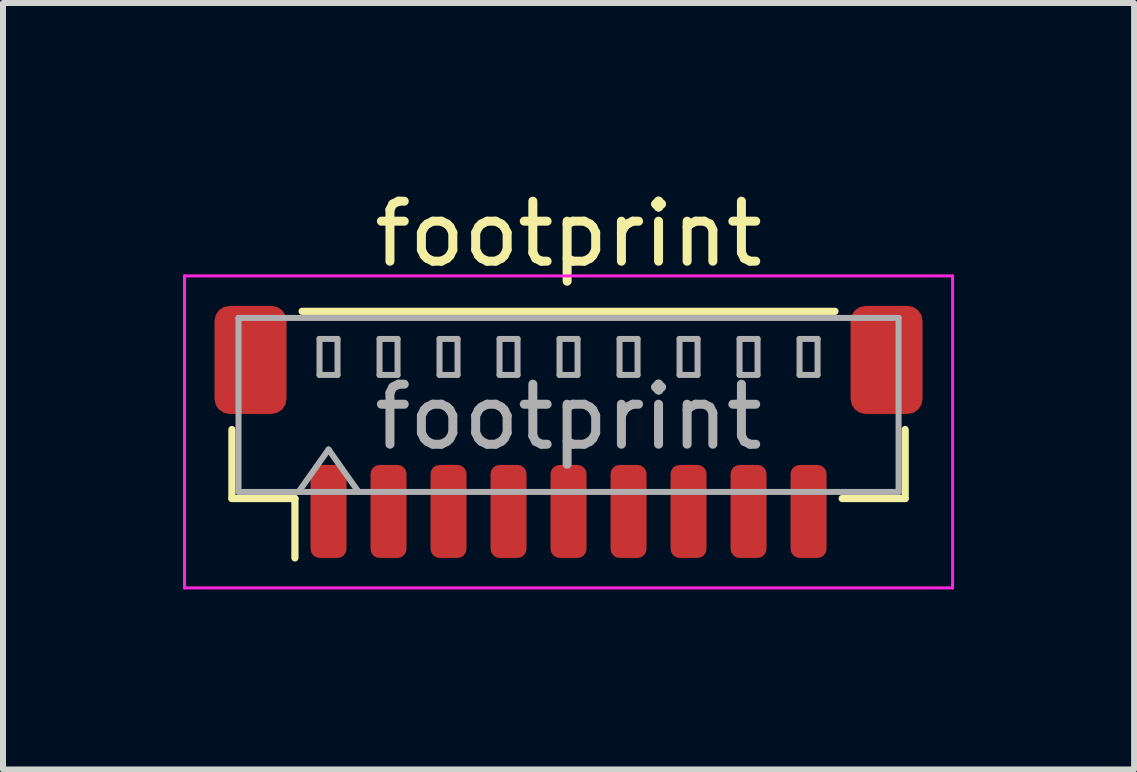
<source format=kicad_pcb>
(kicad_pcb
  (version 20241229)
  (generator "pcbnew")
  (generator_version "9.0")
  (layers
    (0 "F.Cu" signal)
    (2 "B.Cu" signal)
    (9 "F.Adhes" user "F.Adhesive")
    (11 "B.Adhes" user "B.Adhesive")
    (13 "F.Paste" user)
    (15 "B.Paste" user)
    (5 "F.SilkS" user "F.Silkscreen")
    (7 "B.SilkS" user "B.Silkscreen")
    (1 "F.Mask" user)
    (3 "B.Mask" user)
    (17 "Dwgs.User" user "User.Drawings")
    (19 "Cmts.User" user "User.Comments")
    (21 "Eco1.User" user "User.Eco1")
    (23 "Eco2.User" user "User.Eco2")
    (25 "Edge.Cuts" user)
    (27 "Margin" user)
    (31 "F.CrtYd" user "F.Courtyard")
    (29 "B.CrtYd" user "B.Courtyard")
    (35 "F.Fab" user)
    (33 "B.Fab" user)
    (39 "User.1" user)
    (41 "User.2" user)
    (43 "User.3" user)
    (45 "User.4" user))
  (footprint "footprint"
    (layer "F.Cu")
    (at 6.425 4.148)
    (property "Reference" "footprint" (at 0 -3.3 0) (layer "F.SilkS") (effects (font (size 1 1) (thickness 0.15))))
    (attr smd)
    (fp_line (start -5.61 -0.04) (end -5.61 1.11) (stroke (width 0.12) (type solid)) (layer "F.SilkS"))
    (fp_line (start -5.61 1.11) (end -4.56 1.11) (stroke (width 0.12) (type solid)) (layer "F.SilkS"))
    (fp_line (start -4.56 1.11) (end -4.56 2.1) (stroke (width 0.12) (type solid)) (layer "F.SilkS"))
    (fp_line (start -4.44 -2.01) (end 4.44 -2.01) (stroke (width 0.12) (type solid)) (layer "F.SilkS"))
    (fp_line (start 5.61 -0.04) (end 5.61 1.11) (stroke (width 0.12) (type solid)) (layer "F.SilkS"))
    (fp_line (start 5.61 1.11) (end 4.56 1.11) (stroke (width 0.12) (type solid)) (layer "F.SilkS"))
    (fp_line (start -6.4 -2.6) (end -6.4 2.6) (stroke (width 0.05) (type solid)) (layer "F.CrtYd"))
    (fp_line (start -6.4 2.6) (end 6.4 2.6) (stroke (width 0.05) (type solid)) (layer "F.CrtYd"))
    (fp_line (start 6.4 -2.6) (end -6.4 -2.6) (stroke (width 0.05) (type solid)) (layer "F.CrtYd"))
    (fp_line (start 6.4 2.6) (end 6.4 -2.6) (stroke (width 0.05) (type solid)) (layer "F.CrtYd"))
    (fp_line (start -5.5 -1.9) (end 5.5 -1.9) (stroke (width 0.1) (type solid)) (layer "F.Fab"))
    (fp_line (start -5.5 1) (end -5.5 -1.9) (stroke (width 0.1) (type solid)) (layer "F.Fab"))
    (fp_line (start -5.5 1) (end 5.5 1) (stroke (width 0.1) (type solid)) (layer "F.Fab"))
    (fp_line (start -4.5 1) (end -4 0.293) (stroke (width 0.1) (type solid)) (layer "F.Fab"))
    (fp_line (start -4.15 -1.55) (end -4.15 -0.95) (stroke (width 0.1) (type solid)) (layer "F.Fab"))
    (fp_line (start -4.15 -0.95) (end -3.85 -0.95) (stroke (width 0.1) (type solid)) (layer "F.Fab"))
    (fp_line (start -4 0.293) (end -3.5 1) (stroke (width 0.1) (type solid)) (layer "F.Fab"))
    (fp_line (start -3.85 -1.55) (end -4.15 -1.55) (stroke (width 0.1) (type solid)) (layer "F.Fab"))
    (fp_line (start -3.85 -0.95) (end -3.85 -1.55) (stroke (width 0.1) (type solid)) (layer "F.Fab"))
    (fp_line (start -3.15 -1.55) (end -3.15 -0.95) (stroke (width 0.1) (type solid)) (layer "F.Fab"))
    (fp_line (start -3.15 -0.95) (end -2.85 -0.95) (stroke (width 0.1) (type solid)) (layer "F.Fab"))
    (fp_line (start -2.85 -1.55) (end -3.15 -1.55) (stroke (width 0.1) (type solid)) (layer "F.Fab"))
    (fp_line (start -2.85 -0.95) (end -2.85 -1.55) (stroke (width 0.1) (type solid)) (layer "F.Fab"))
    (fp_line (start -2.15 -1.55) (end -2.15 -0.95) (stroke (width 0.1) (type solid)) (layer "F.Fab"))
    (fp_line (start -2.15 -0.95) (end -1.85 -0.95) (stroke (width 0.1) (type solid)) (layer "F.Fab"))
    (fp_line (start -1.85 -1.55) (end -2.15 -1.55) (stroke (width 0.1) (type solid)) (layer "F.Fab"))
    (fp_line (start -1.85 -0.95) (end -1.85 -1.55) (stroke (width 0.1) (type solid)) (layer "F.Fab"))
    (fp_line (start -1.15 -1.55) (end -1.15 -0.95) (stroke (width 0.1) (type solid)) (layer "F.Fab"))
    (fp_line (start -1.15 -0.95) (end -0.85 -0.95) (stroke (width 0.1) (type solid)) (layer "F.Fab"))
    (fp_line (start -0.85 -1.55) (end -1.15 -1.55) (stroke (width 0.1) (type solid)) (layer "F.Fab"))
    (fp_line (start -0.85 -0.95) (end -0.85 -1.55) (stroke (width 0.1) (type solid)) (layer "F.Fab"))
    (fp_line (start -0.15 -1.55) (end -0.15 -0.95) (stroke (width 0.1) (type solid)) (layer "F.Fab"))
    (fp_line (start -0.15 -0.95) (end 0.15 -0.95) (stroke (width 0.1) (type solid)) (layer "F.Fab"))
    (fp_line (start 0.15 -1.55) (end -0.15 -1.55) (stroke (width 0.1) (type solid)) (layer "F.Fab"))
    (fp_line (start 0.15 -0.95) (end 0.15 -1.55) (stroke (width 0.1) (type solid)) (layer "F.Fab"))
    (fp_line (start 0.85 -1.55) (end 0.85 -0.95) (stroke (width 0.1) (type solid)) (layer "F.Fab"))
    (fp_line (start 0.85 -0.95) (end 1.15 -0.95) (stroke (width 0.1) (type solid)) (layer "F.Fab"))
    (fp_line (start 1.15 -1.55) (end 0.85 -1.55) (stroke (width 0.1) (type solid)) (layer "F.Fab"))
    (fp_line (start 1.15 -0.95) (end 1.15 -1.55) (stroke (width 0.1) (type solid)) (layer "F.Fab"))
    (fp_line (start 1.85 -1.55) (end 1.85 -0.95) (stroke (width 0.1) (type solid)) (layer "F.Fab"))
    (fp_line (start 1.85 -0.95) (end 2.15 -0.95) (stroke (width 0.1) (type solid)) (layer "F.Fab"))
    (fp_line (start 2.15 -1.55) (end 1.85 -1.55) (stroke (width 0.1) (type solid)) (layer "F.Fab"))
    (fp_line (start 2.15 -0.95) (end 2.15 -1.55) (stroke (width 0.1) (type solid)) (layer "F.Fab"))
    (fp_line (start 2.85 -1.55) (end 2.85 -0.95) (stroke (width 0.1) (type solid)) (layer "F.Fab"))
    (fp_line (start 2.85 -0.95) (end 3.15 -0.95) (stroke (width 0.1) (type solid)) (layer "F.Fab"))
    (fp_line (start 3.15 -1.55) (end 2.85 -1.55) (stroke (width 0.1) (type solid)) (layer "F.Fab"))
    (fp_line (start 3.15 -0.95) (end 3.15 -1.55) (stroke (width 0.1) (type solid)) (layer "F.Fab"))
    (fp_line (start 3.85 -1.55) (end 3.85 -0.95) (stroke (width 0.1) (type solid)) (layer "F.Fab"))
    (fp_line (start 3.85 -0.95) (end 4.15 -0.95) (stroke (width 0.1) (type solid)) (layer "F.Fab"))
    (fp_line (start 4.15 -1.55) (end 3.85 -1.55) (stroke (width 0.1) (type solid)) (layer "F.Fab"))
    (fp_line (start 4.15 -0.95) (end 4.15 -1.55) (stroke (width 0.1) (type solid)) (layer "F.Fab"))
    (fp_line (start 5.5 1) (end 5.5 -1.9) (stroke (width 0.1) (type solid)) (layer "F.Fab"))
    (fp_text user "${REFERENCE}" (at 0 -0.25 0) (layer "F.Fab") (effects (font (size 1 1) (thickness 0.15))))
    (pad "1" smd roundrect (at -4 1.325) (size 0.6 1.55) (layers "F.Cu" "F.Mask" "F.Paste") (roundrect_rratio 0.25))
    (pad "2" smd roundrect (at -3 1.325) (size 0.6 1.55) (layers "F.Cu" "F.Mask" "F.Paste") (roundrect_rratio 0.25))
    (pad "3" smd roundrect (at -2 1.325) (size 0.6 1.55) (layers "F.Cu" "F.Mask" "F.Paste") (roundrect_rratio 0.25))
    (pad "4" smd roundrect (at -1 1.325) (size 0.6 1.55) (layers "F.Cu" "F.Mask" "F.Paste") (roundrect_rratio 0.25))
    (pad "5" smd roundrect (at 0 1.325) (size 0.6 1.55) (layers "F.Cu" "F.Mask" "F.Paste") (roundrect_rratio 0.25))
    (pad "6" smd roundrect (at 1 1.325) (size 0.6 1.55) (layers "F.Cu" "F.Mask" "F.Paste") (roundrect_rratio 0.25))
    (pad "7" smd roundrect (at 2 1.325) (size 0.6 1.55) (layers "F.Cu" "F.Mask" "F.Paste") (roundrect_rratio 0.25))
    (pad "8" smd roundrect (at 3 1.325) (size 0.6 1.55) (layers "F.Cu" "F.Mask" "F.Paste") (roundrect_rratio 0.25))
    (pad "9" smd roundrect (at 4 1.325) (size 0.6 1.55) (layers "F.Cu" "F.Mask" "F.Paste") (roundrect_rratio 0.25))
    (pad "MP" smd roundrect (at -5.3 -1.2) (size 1.2 1.8) (layers "F.Cu" "F.Mask" "F.Paste") (roundrect_rratio 0.208))
    (pad "MP" smd roundrect (at 5.3 -1.2) (size 1.2 1.8) (layers "F.Cu" "F.Mask" "F.Paste") (roundrect_rratio 0.208)))
  (gr_rect
    (start -3 -3)
    (end 15.85 9.773)
    (stroke (width 0.1) (type default))
    (fill no)
    (layer "Edge.Cuts")))
</source>
